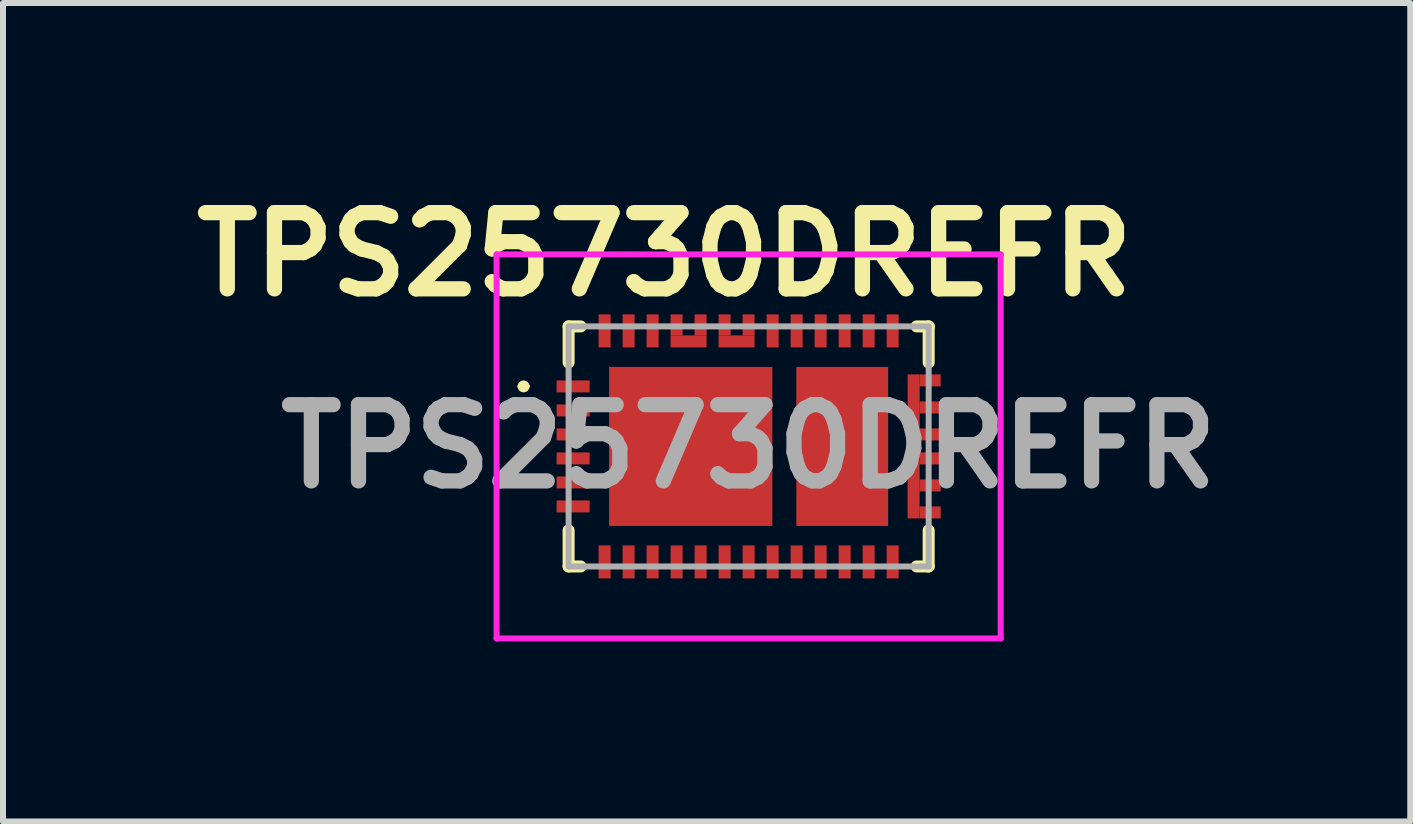
<source format=kicad_pcb>
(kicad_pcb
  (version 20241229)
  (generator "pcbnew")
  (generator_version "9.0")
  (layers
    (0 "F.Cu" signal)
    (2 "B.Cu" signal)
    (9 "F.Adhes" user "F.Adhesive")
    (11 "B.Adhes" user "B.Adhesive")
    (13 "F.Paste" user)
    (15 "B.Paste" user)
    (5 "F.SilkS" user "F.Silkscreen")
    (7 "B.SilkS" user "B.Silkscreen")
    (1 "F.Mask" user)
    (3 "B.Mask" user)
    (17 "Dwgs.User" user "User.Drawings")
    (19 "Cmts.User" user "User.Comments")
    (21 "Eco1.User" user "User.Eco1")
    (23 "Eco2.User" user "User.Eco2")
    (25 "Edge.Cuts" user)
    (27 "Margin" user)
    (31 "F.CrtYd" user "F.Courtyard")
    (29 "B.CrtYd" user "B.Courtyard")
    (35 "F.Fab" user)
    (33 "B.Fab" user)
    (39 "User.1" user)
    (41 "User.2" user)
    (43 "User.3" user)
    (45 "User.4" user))
  (footprint "TPS25730DREFR"
    (layer "F.Cu")
    (at 9.425 4.389)
    (property "Reference" "TPS25730DREFR" (at -1.4 -3.2 0) (layer "F.SilkS") (effects (font (size 1.27 1.27) (thickness 0.254))))
    (attr smd)
    (fp_line (start -3.8 -1) (end -3.8 -1) (stroke (width 0.1) (type solid)) (layer "F.SilkS"))
    (fp_line (start -3.7 -1) (end -3.7 -1) (stroke (width 0.1) (type solid)) (layer "F.SilkS"))
    (fp_line (start -3 -2) (end -2.8 -2) (stroke (width 0.2) (type solid)) (layer "F.SilkS"))
    (fp_line (start -3 -1.4) (end -3 -2) (stroke (width 0.2) (type solid)) (layer "F.SilkS"))
    (fp_line (start -3 1.4) (end -3 2) (stroke (width 0.2) (type solid)) (layer "F.SilkS"))
    (fp_line (start -3 2) (end -2.8 2) (stroke (width 0.2) (type solid)) (layer "F.SilkS"))
    (fp_line (start 2.8 -2) (end 3 -2) (stroke (width 0.2) (type solid)) (layer "F.SilkS"))
    (fp_line (start 2.8 2) (end 3 2) (stroke (width 0.2) (type solid)) (layer "F.SilkS"))
    (fp_line (start 3 -2) (end 3 -1.4) (stroke (width 0.2) (type solid)) (layer "F.SilkS"))
    (fp_line (start 3 2) (end 3 1.4) (stroke (width 0.2) (type solid)) (layer "F.SilkS"))
    (fp_arc (start -3.8 -1) (mid -3.75 -1.05) (end -3.7 -1) (stroke (width 0.1) (type solid)) (layer "F.SilkS"))
    (fp_arc (start -3.7 -1) (mid -3.75 -0.95) (end -3.8 -1) (stroke (width 0.1) (type solid)) (layer "F.SilkS"))
    (fp_line (start -4.2 -3.2) (end 4.2 -3.2) (stroke (width 0.1) (type solid)) (layer "F.CrtYd"))
    (fp_line (start -4.2 3.2) (end -4.2 -3.2) (stroke (width 0.1) (type solid)) (layer "F.CrtYd"))
    (fp_line (start 4.2 -3.2) (end 4.2 3.2) (stroke (width 0.1) (type solid)) (layer "F.CrtYd"))
    (fp_line (start 4.2 3.2) (end -4.2 3.2) (stroke (width 0.1) (type solid)) (layer "F.CrtYd"))
    (fp_line (start -3 -2) (end -3 2) (stroke (width 0.1) (type solid)) (layer "F.Fab"))
    (fp_line (start -3 2) (end 3 2) (stroke (width 0.1) (type solid)) (layer "F.Fab"))
    (fp_line (start 3 -2) (end -3 -2) (stroke (width 0.1) (type solid)) (layer "F.Fab"))
    (fp_line (start 3 2) (end 3 -2) (stroke (width 0.1) (type solid)) (layer "F.Fab"))
    (fp_text user "${REFERENCE}" (at 0 0 0) (layer "F.Fab") (effects (font (size 1.27 1.27) (thickness 0.254))))
    (pad "1" smd rect (at -2.925 -1 90) (size 0.2 0.55) (layers "F.Cu" "F.Mask" "F.Paste"))
    (pad "2" smd rect (at -2.925 -0.6 90) (size 0.2 0.55) (layers "F.Cu" "F.Mask" "F.Paste"))
    (pad "3" smd rect (at -2.925 -0.2 90) (size 0.2 0.55) (layers "F.Cu" "F.Mask" "F.Paste"))
    (pad "4" smd rect (at -2.925 0.2 90) (size 0.2 0.55) (layers "F.Cu" "F.Mask" "F.Paste"))
    (pad "5" smd rect (at -2.925 0.6 90) (size 0.2 0.55) (layers "F.Cu" "F.Mask" "F.Paste"))
    (pad "6" smd rect (at -2.925 1 90) (size 0.2 0.55) (layers "F.Cu" "F.Mask" "F.Paste"))
    (pad "7" smd rect (at -2.4 1.925) (size 0.2 0.55) (layers "F.Cu" "F.Mask" "F.Paste"))
    (pad "8" smd rect (at -2 1.925) (size 0.2 0.55) (layers "F.Cu" "F.Mask" "F.Paste"))
    (pad "9" smd rect (at -1.6 1.925) (size 0.2 0.55) (layers "F.Cu" "F.Mask" "F.Paste"))
    (pad "10" smd rect (at -1.2 1.925) (size 0.2 0.55) (layers "F.Cu" "F.Mask" "F.Paste"))
    (pad "11" smd rect (at -0.8 1.925) (size 0.2 0.55) (layers "F.Cu" "F.Mask" "F.Paste"))
    (pad "12" smd rect (at -0.4 1.925) (size 0.2 0.55) (layers "F.Cu" "F.Mask" "F.Paste"))
    (pad "13" smd rect (at 0 1.925) (size 0.2 0.55) (layers "F.Cu" "F.Mask" "F.Paste"))
    (pad "14" smd rect (at 0.4 1.925) (size 0.2 0.55) (layers "F.Cu" "F.Mask" "F.Paste"))
    (pad "15" smd rect (at 0.8 1.925) (size 0.2 0.55) (layers "F.Cu" "F.Mask" "F.Paste"))
    (pad "16" smd rect (at 1.2 1.925) (size 0.2 0.55) (layers "F.Cu" "F.Mask" "F.Paste"))
    (pad "17" smd rect (at 1.6 1.925) (size 0.2 0.55) (layers "F.Cu" "F.Mask" "F.Paste"))
    (pad "18" smd rect (at 2 1.925) (size 0.2 0.55) (layers "F.Cu" "F.Mask" "F.Paste"))
    (pad "19" smd rect (at 2.4 1.925) (size 0.2 0.55) (layers "F.Cu" "F.Mask" "F.Paste"))
    (pad "20" smd rect (at 2.749 0.65) (size 0.2 1.1) (layers "F.Cu" "F.Mask" "F.Paste"))
    (pad "20" smd rect (at 3.025 1.1 90) (size 0.2 0.35) (layers "F.Cu" "F.Mask" "F.Paste"))
    (pad "21" smd rect (at 3.025 0.65 90) (size 0.2 0.35) (layers "F.Cu" "F.Mask" "F.Paste"))
    (pad "22" smd rect (at 3.025 0.2 90) (size 0.2 0.35) (layers "F.Cu" "F.Mask" "F.Paste"))
    (pad "23" smd rect (at 2.75 -0.65) (size 0.2 1.1) (layers "F.Cu" "F.Mask" "F.Paste"))
    (pad "23" smd rect (at 3.025 -0.2 90) (size 0.2 0.35) (layers "F.Cu" "F.Mask" "F.Paste"))
    (pad "24" smd rect (at 3.025 -0.65 90) (size 0.2 0.35) (layers "F.Cu" "F.Mask" "F.Paste"))
    (pad "25" smd rect (at 3.025 -1.1 90) (size 0.2 0.35) (layers "F.Cu" "F.Mask" "F.Paste"))
    (pad "26" smd rect (at 2.4 -1.925) (size 0.2 0.55) (layers "F.Cu" "F.Mask" "F.Paste"))
    (pad "27" smd rect (at 2 -1.925) (size 0.2 0.55) (layers "F.Cu" "F.Mask" "F.Paste"))
    (pad "28" smd rect (at 1.6 -1.925) (size 0.2 0.55) (layers "F.Cu" "F.Mask" "F.Paste"))
    (pad "29" smd rect (at 1.2 -1.925) (size 0.2 0.55) (layers "F.Cu" "F.Mask" "F.Paste"))
    (pad "30" smd rect (at 0.8 -1.925) (size 0.2 0.55) (layers "F.Cu" "F.Mask" "F.Paste"))
    (pad "31" smd rect (at 0.4 -1.925) (size 0.2 0.55) (layers "F.Cu" "F.Mask" "F.Paste"))
    (pad "32" smd rect (at -0.201 -1.75 90) (size 0.2 0.6) (layers "F.Cu" "F.Mask" "F.Paste"))
    (pad "32" smd rect (at -0.001 -2.025) (size 0.2 0.35) (layers "F.Cu" "F.Mask" "F.Paste"))
    (pad "33" smd rect (at -0.401 -2.025) (size 0.2 0.35) (layers "F.Cu" "F.Mask" "F.Paste"))
    (pad "34" smd rect (at -1.001 -1.75 90) (size 0.2 0.6) (layers "F.Cu" "F.Mask" "F.Paste"))
    (pad "34" smd rect (at -0.801 -2.025) (size 0.2 0.35) (layers "F.Cu" "F.Mask" "F.Paste"))
    (pad "35" smd rect (at -1.201 -2.025) (size 0.2 0.35) (layers "F.Cu" "F.Mask" "F.Paste"))
    (pad "36" smd rect (at -1.6 -1.925) (size 0.2 0.55) (layers "F.Cu" "F.Mask" "F.Paste"))
    (pad "37" smd rect (at -2 -1.925) (size 0.2 0.55) (layers "F.Cu" "F.Mask" "F.Paste"))
    (pad "38" smd rect (at -2.4 -1.925) (size 0.2 0.55) (layers "F.Cu" "F.Mask" "F.Paste"))
    (pad "39" smd rect (at -0.965 0 90) (size 2.65 2.72) (layers "F.Cu" "F.Mask" "F.Paste"))
    (pad "40" smd rect (at 1.56 0) (size 1.53 2.65) (layers "F.Cu" "F.Mask" "F.Paste")))
  (gr_rect
    (start -3 -3)
    (end 20.45 10.639)
    (stroke (width 0.1) (type default))
    (fill no)
    (layer "Edge.Cuts")))
</source>
